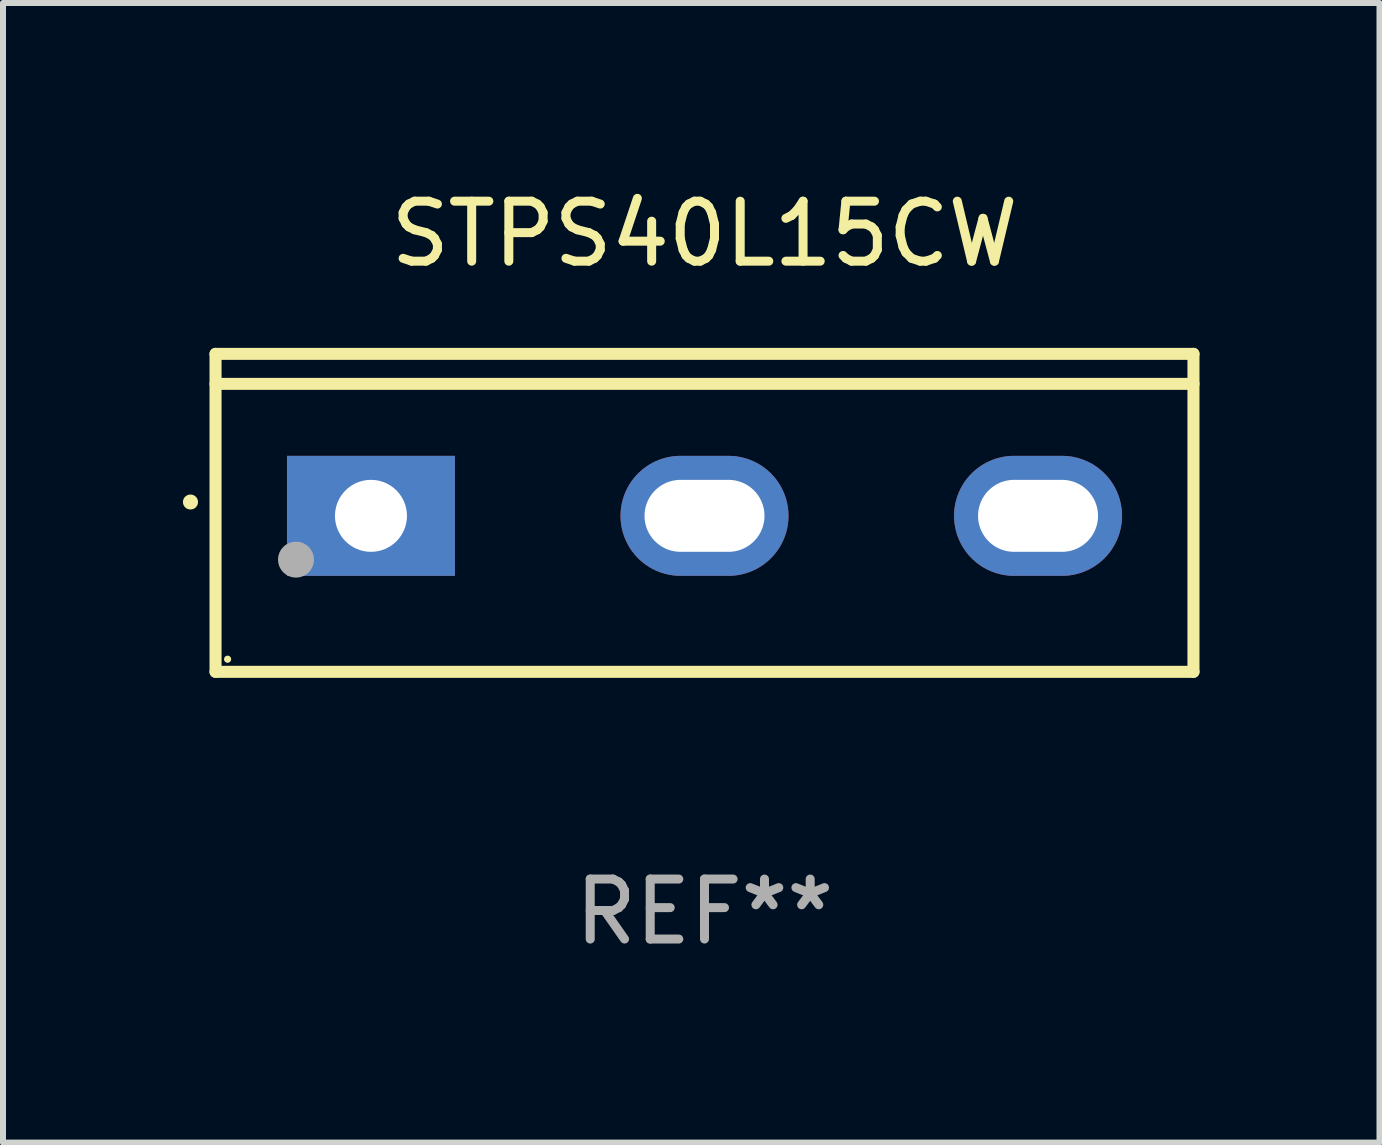
<source format=kicad_pcb>
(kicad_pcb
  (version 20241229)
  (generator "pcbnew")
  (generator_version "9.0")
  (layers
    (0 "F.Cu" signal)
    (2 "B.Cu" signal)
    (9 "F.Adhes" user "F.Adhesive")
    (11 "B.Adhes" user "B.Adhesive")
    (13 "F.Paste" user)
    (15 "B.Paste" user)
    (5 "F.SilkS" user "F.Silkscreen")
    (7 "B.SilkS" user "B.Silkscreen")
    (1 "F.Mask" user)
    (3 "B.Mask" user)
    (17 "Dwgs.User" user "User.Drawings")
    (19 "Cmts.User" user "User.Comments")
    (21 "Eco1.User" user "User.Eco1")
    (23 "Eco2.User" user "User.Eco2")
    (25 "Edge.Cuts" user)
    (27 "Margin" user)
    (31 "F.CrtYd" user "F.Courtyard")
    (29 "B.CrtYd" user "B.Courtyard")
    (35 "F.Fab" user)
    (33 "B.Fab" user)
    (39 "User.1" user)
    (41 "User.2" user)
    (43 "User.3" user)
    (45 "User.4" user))
  (footprint "STPS40L15CW"
    (layer "F.Cu")
    (at 8.694 5.499)
    (property "Reference" "STPS40L15CW" (at 0 -4.65 0) (layer "F.SilkS") (effects (font (size 1 1) (thickness 0.15))))
    (attr through_hole)
    (fp_line (start -8.151 -2.65) (end -8.151 2.65) (stroke (width 0.201) (type solid)) (layer "F.SilkS"))
    (fp_line (start 8.151 -2.65) (end -8.151 -2.65) (stroke (width 0.201) (type solid)) (layer "F.SilkS"))
    (fp_line (start 8.151 -2.15) (end -8.151 -2.15) (stroke (width 0.201) (type solid)) (layer "F.SilkS"))
    (fp_line (start 8.151 2.65) (end -8.151 2.65) (stroke (width 0.201) (type solid)) (layer "F.SilkS"))
    (fp_line (start 8.151 2.65) (end 8.151 -2.65) (stroke (width 0.201) (type solid)) (layer "F.SilkS"))
    (fp_arc (start -8.570003 -0.18048) (mid -8.568733 -0.180486) (end -8.567463 -0.18048) (stroke (width 0.24892) (type solid)) (layer "F.SilkS"))
    (fp_circle (center -7.95 2.44) (end -7.92 2.44) (stroke (width 0.06) (type solid)) (fill no) (layer "F.SilkS"))
    (fp_circle (center -6.81 0.78) (end -6.66 0.78) (stroke (width 0.3) (type solid)) (fill no) (layer "F.Fab"))
    (fp_text user "REF**" (at 0 6.65 0) (layer "F.Fab") (effects (font (size 1 1) (thickness 0.15))))
    (pad "1" thru_hole rect (at -5.56 0.05 90) (size 2 2.8) (drill 1.2) (layers "*.Cu" "*.Mask"))
    (pad "2" thru_hole oval (at 0 0.05 90) (size 2 2.8) (drill oval 1.2 2) (layers "*.Cu" "*.Mask"))
    (pad "3" thru_hole oval (at 5.56 0.05 90) (size 2 2.8) (drill oval 1.2 2) (layers "*.Cu" "*.Mask")))
  (gr_rect
    (start -3 -3)
    (end 19.946 15.997)
    (stroke (width 0.1) (type default))
    (fill no)
    (layer "Edge.Cuts")))
</source>
